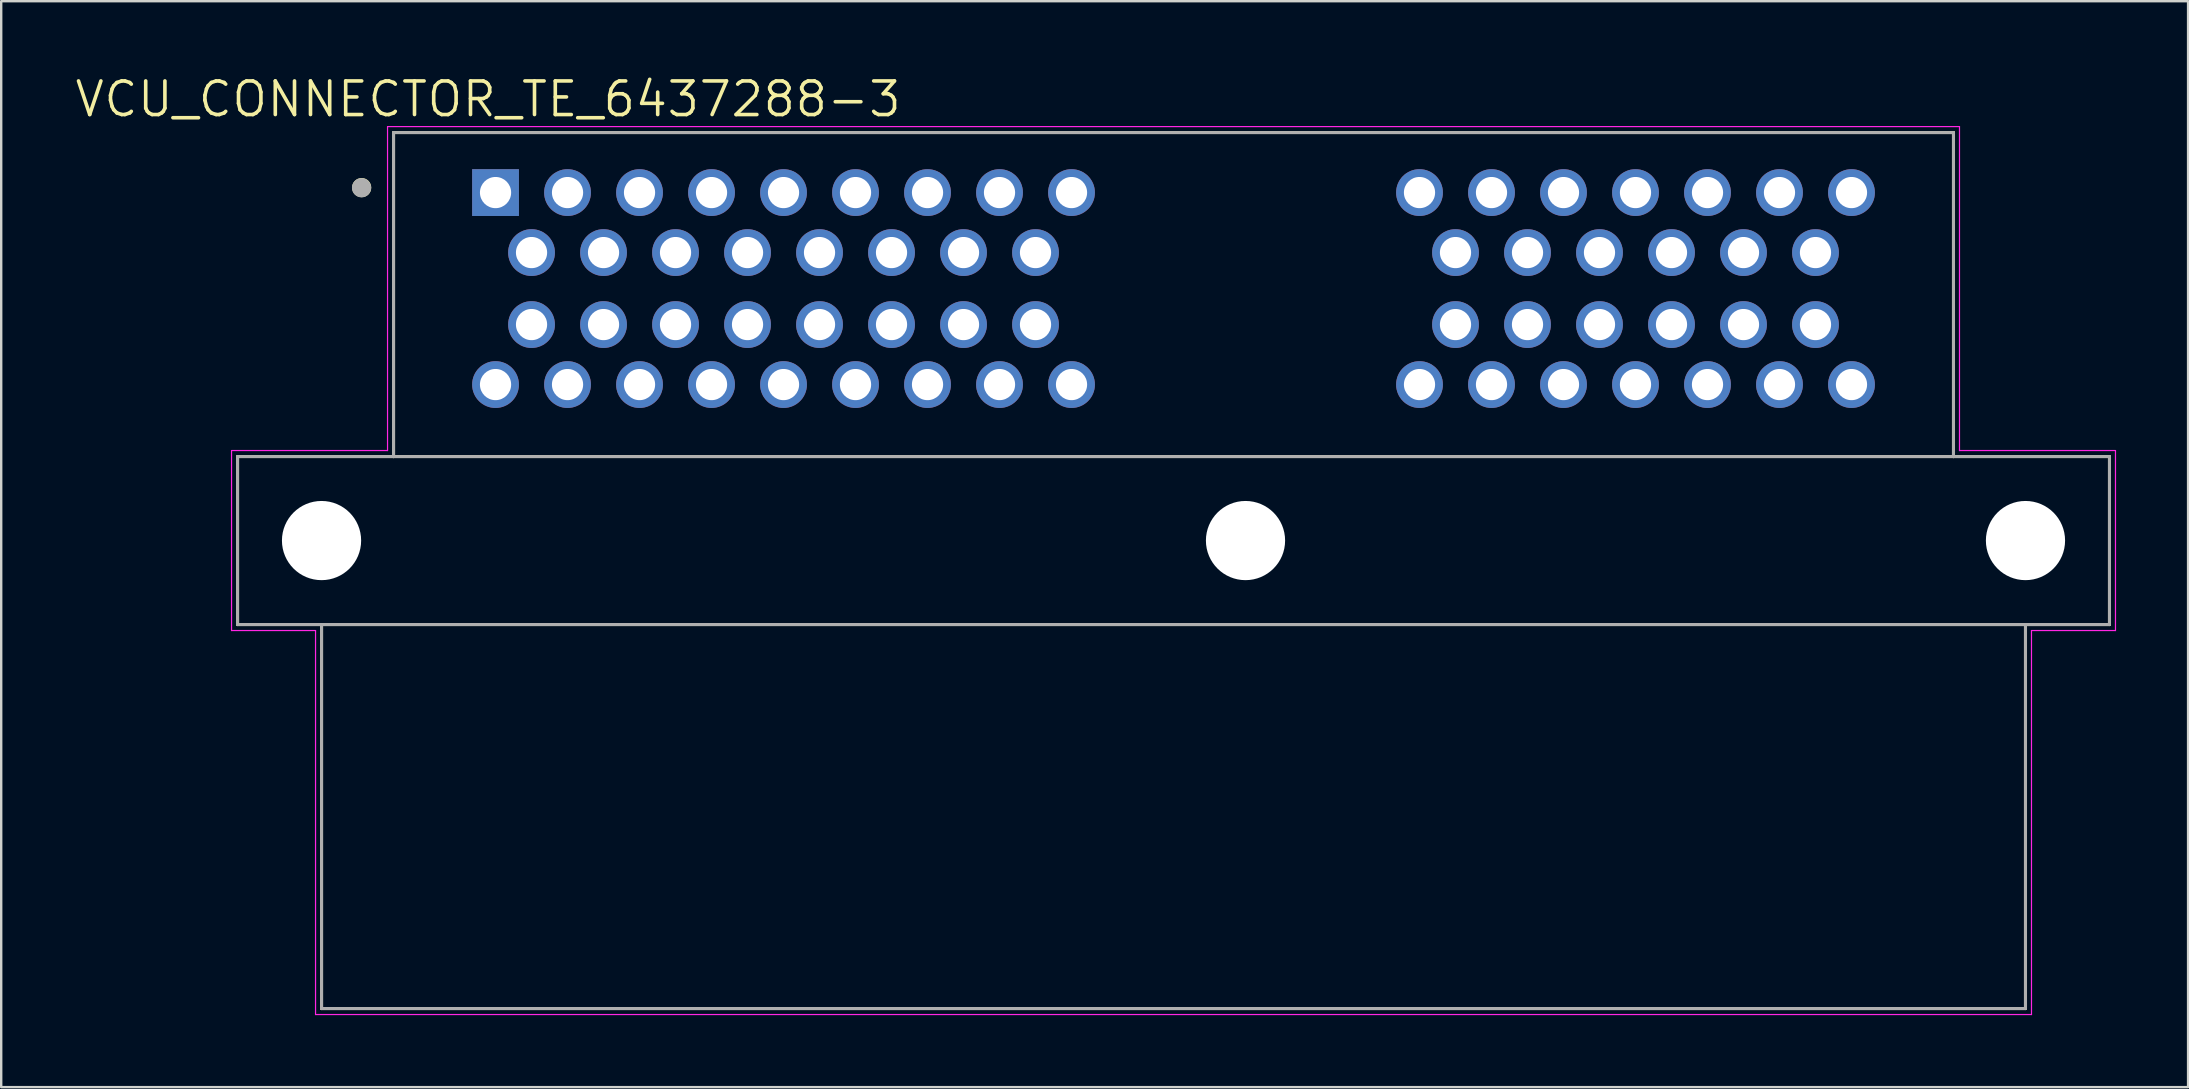
<source format=kicad_pcb>
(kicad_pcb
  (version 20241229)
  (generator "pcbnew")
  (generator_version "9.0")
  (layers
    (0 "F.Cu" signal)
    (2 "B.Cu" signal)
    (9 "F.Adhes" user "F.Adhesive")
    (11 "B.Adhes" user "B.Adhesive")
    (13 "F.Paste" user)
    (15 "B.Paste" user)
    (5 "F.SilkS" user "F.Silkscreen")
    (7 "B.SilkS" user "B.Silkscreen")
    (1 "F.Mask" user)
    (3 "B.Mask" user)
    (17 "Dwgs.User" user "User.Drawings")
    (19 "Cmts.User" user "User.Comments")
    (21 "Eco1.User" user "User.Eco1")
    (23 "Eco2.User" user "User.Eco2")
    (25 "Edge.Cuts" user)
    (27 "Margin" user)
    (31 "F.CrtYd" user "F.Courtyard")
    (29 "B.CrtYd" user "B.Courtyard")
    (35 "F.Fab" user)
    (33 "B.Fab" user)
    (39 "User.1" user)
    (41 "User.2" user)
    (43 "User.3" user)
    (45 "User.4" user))
  (footprint "VCU_CONNECTOR_TE_6437288-3"
    (layer "F.Cu")
    (at 48.848 19.474)
    (property "Reference" "VCU_CONNECTOR_TE_6437288-3" (at -31.56 -18.392 0) (layer "F.SilkS") (effects (font (size 1.4 1.4) (thickness 0.15))))
    (attr through_hole)
    (fp_line (start -42 -3.5) (end -35.5 -3.5) (stroke (width 0.127) (type solid)) (layer "F.SilkS"))
    (fp_line (start -42 3.5) (end -42 -3.5) (stroke (width 0.127) (type solid)) (layer "F.SilkS"))
    (fp_line (start -38.5 3.5) (end -42 3.5) (stroke (width 0.127) (type solid)) (layer "F.SilkS"))
    (fp_line (start -38.5 3.5) (end -38.5 19.5) (stroke (width 0.127) (type solid)) (layer "F.SilkS"))
    (fp_line (start -38.5 19.5) (end 32.5 19.5) (stroke (width 0.127) (type solid)) (layer "F.SilkS"))
    (fp_line (start -35.5 -17) (end -35.5 -3.5) (stroke (width 0.127) (type solid)) (layer "F.SilkS"))
    (fp_line (start -35.5 -3.5) (end 29.5 -3.5) (stroke (width 0.127) (type solid)) (layer "F.SilkS"))
    (fp_line (start 29.5 -17) (end -35.5 -17) (stroke (width 0.127) (type solid)) (layer "F.SilkS"))
    (fp_line (start 29.5 -3.5) (end 29.5 -17) (stroke (width 0.127) (type solid)) (layer "F.SilkS"))
    (fp_line (start 29.5 -3.5) (end 36 -3.5) (stroke (width 0.127) (type solid)) (layer "F.SilkS"))
    (fp_line (start 32.5 3.5) (end -38.5 3.5) (stroke (width 0.127) (type solid)) (layer "F.SilkS"))
    (fp_line (start 32.5 19.5) (end 32.5 3.5) (stroke (width 0.127) (type solid)) (layer "F.SilkS"))
    (fp_line (start 36 -3.5) (end 36 3.5) (stroke (width 0.127) (type solid)) (layer "F.SilkS"))
    (fp_line (start 36 3.5) (end 32.5 3.5) (stroke (width 0.127) (type solid)) (layer "F.SilkS"))
    (fp_circle (center -36.828 -14.707) (end -36.628 -14.707) (stroke (width 0.4) (type solid)) (fill no) (layer "F.SilkS"))
    (fp_line (start -42.25 -3.75) (end -42.25 3.75) (stroke (width 0.05) (type solid)) (layer "F.CrtYd"))
    (fp_line (start -42.25 3.75) (end -38.75 3.75) (stroke (width 0.05) (type solid)) (layer "F.CrtYd"))
    (fp_line (start -38.75 3.75) (end -38.75 19.75) (stroke (width 0.05) (type solid)) (layer "F.CrtYd"))
    (fp_line (start -38.75 19.75) (end 32.75 19.75) (stroke (width 0.05) (type solid)) (layer "F.CrtYd"))
    (fp_line (start -35.75 -17.25) (end -35.75 -3.75) (stroke (width 0.05) (type solid)) (layer "F.CrtYd"))
    (fp_line (start -35.75 -3.75) (end -42.25 -3.75) (stroke (width 0.05) (type solid)) (layer "F.CrtYd"))
    (fp_line (start 29.75 -17.25) (end -35.75 -17.25) (stroke (width 0.05) (type solid)) (layer "F.CrtYd"))
    (fp_line (start 29.75 -3.75) (end 29.75 -17.25) (stroke (width 0.05) (type solid)) (layer "F.CrtYd"))
    (fp_line (start 32.75 3.75) (end 36.25 3.75) (stroke (width 0.05) (type solid)) (layer "F.CrtYd"))
    (fp_line (start 32.75 19.75) (end 32.75 3.75) (stroke (width 0.05) (type solid)) (layer "F.CrtYd"))
    (fp_line (start 36.25 -3.75) (end 29.75 -3.75) (stroke (width 0.05) (type solid)) (layer "F.CrtYd"))
    (fp_line (start 36.25 3.75) (end 36.25 -3.75) (stroke (width 0.05) (type solid)) (layer "F.CrtYd"))
    (fp_line (start -42 -3.5) (end -35.5 -3.5) (stroke (width 0.127) (type solid)) (layer "F.Fab"))
    (fp_line (start -42 3.5) (end -42 -3.5) (stroke (width 0.127) (type solid)) (layer "F.Fab"))
    (fp_line (start -38.5 3.5) (end -42 3.5) (stroke (width 0.127) (type solid)) (layer "F.Fab"))
    (fp_line (start -38.5 3.5) (end -38.5 19.5) (stroke (width 0.127) (type solid)) (layer "F.Fab"))
    (fp_line (start -38.5 19.5) (end 32.5 19.5) (stroke (width 0.127) (type solid)) (layer "F.Fab"))
    (fp_line (start -35.5 -17) (end -35.5 -3.5) (stroke (width 0.127) (type solid)) (layer "F.Fab"))
    (fp_line (start -35.5 -3.5) (end 29.5 -3.5) (stroke (width 0.127) (type solid)) (layer "F.Fab"))
    (fp_line (start 29.5 -17) (end -35.5 -17) (stroke (width 0.127) (type solid)) (layer "F.Fab"))
    (fp_line (start 29.5 -3.5) (end 29.5 -17) (stroke (width 0.127) (type solid)) (layer "F.Fab"))
    (fp_line (start 29.5 -3.5) (end 36 -3.5) (stroke (width 0.127) (type solid)) (layer "F.Fab"))
    (fp_line (start 32.5 3.5) (end -38.5 3.5) (stroke (width 0.127) (type solid)) (layer "F.Fab"))
    (fp_line (start 32.5 19.5) (end 32.5 3.5) (stroke (width 0.127) (type solid)) (layer "F.Fab"))
    (fp_line (start 36 -3.5) (end 36 3.5) (stroke (width 0.127) (type solid)) (layer "F.Fab"))
    (fp_line (start 36 3.5) (end 32.5 3.5) (stroke (width 0.127) (type solid)) (layer "F.Fab"))
    (fp_circle (center -36.833 -14.7) (end -36.633 -14.7) (stroke (width 0.4) (type solid)) (fill no) (layer "F.Fab"))
    (pad "" np_thru_hole circle (at -38.5 0) (size 3.3 3.3) (drill 3.3) (layers "*.Cu" "*.Mask"))
    (pad "" np_thru_hole circle (at 0 0) (size 3.3 3.3) (drill 3.3) (layers "*.Cu" "*.Mask"))
    (pad "" np_thru_hole circle (at 32.5 0) (size 3.3 3.3) (drill 3.3) (layers "*.Cu" "*.Mask"))
    (pad "1" thru_hole rect (at -31.25 -14.5) (size 1.95 1.95) (drill 1.3) (layers "*.Cu" "*.Mask"))
    (pad "2" thru_hole circle (at -28.25 -14.5) (size 1.95 1.95) (drill 1.3) (layers "*.Cu" "*.Mask"))
    (pad "3" thru_hole circle (at -25.25 -14.5) (size 1.95 1.95) (drill 1.3) (layers "*.Cu" "*.Mask"))
    (pad "4" thru_hole circle (at -22.25 -14.5) (size 1.95 1.95) (drill 1.3) (layers "*.Cu" "*.Mask"))
    (pad "5" thru_hole circle (at -19.25 -14.5) (size 1.95 1.95) (drill 1.3) (layers "*.Cu" "*.Mask"))
    (pad "6" thru_hole circle (at -16.25 -14.5) (size 1.95 1.95) (drill 1.3) (layers "*.Cu" "*.Mask"))
    (pad "7" thru_hole circle (at -13.25 -14.5) (size 1.95 1.95) (drill 1.3) (layers "*.Cu" "*.Mask"))
    (pad "8" thru_hole circle (at -10.25 -14.5) (size 1.95 1.95) (drill 1.3) (layers "*.Cu" "*.Mask"))
    (pad "9" thru_hole circle (at -7.25 -14.5) (size 1.95 1.95) (drill 1.3) (layers "*.Cu" "*.Mask"))
    (pad "10" thru_hole circle (at -29.75 -12) (size 1.95 1.95) (drill 1.3) (layers "*.Cu" "*.Mask"))
    (pad "11" thru_hole circle (at -26.75 -12) (size 1.95 1.95) (drill 1.3) (layers "*.Cu" "*.Mask"))
    (pad "12" thru_hole circle (at -23.75 -12) (size 1.95 1.95) (drill 1.3) (layers "*.Cu" "*.Mask"))
    (pad "13" thru_hole circle (at -20.75 -12) (size 1.95 1.95) (drill 1.3) (layers "*.Cu" "*.Mask"))
    (pad "14" thru_hole circle (at -17.75 -12) (size 1.95 1.95) (drill 1.3) (layers "*.Cu" "*.Mask"))
    (pad "15" thru_hole circle (at -14.75 -12) (size 1.95 1.95) (drill 1.3) (layers "*.Cu" "*.Mask"))
    (pad "16" thru_hole circle (at -11.75 -12) (size 1.95 1.95) (drill 1.3) (layers "*.Cu" "*.Mask"))
    (pad "17" thru_hole circle (at -8.75 -12) (size 1.95 1.95) (drill 1.3) (layers "*.Cu" "*.Mask"))
    (pad "18" thru_hole circle (at -29.75 -9) (size 1.95 1.95) (drill 1.3) (layers "*.Cu" "*.Mask"))
    (pad "19" thru_hole circle (at -26.75 -9) (size 1.95 1.95) (drill 1.3) (layers "*.Cu" "*.Mask"))
    (pad "20" thru_hole circle (at -23.75 -9) (size 1.95 1.95) (drill 1.3) (layers "*.Cu" "*.Mask"))
    (pad "21" thru_hole circle (at -20.75 -9) (size 1.95 1.95) (drill 1.3) (layers "*.Cu" "*.Mask"))
    (pad "22" thru_hole circle (at -17.75 -9) (size 1.95 1.95) (drill 1.3) (layers "*.Cu" "*.Mask"))
    (pad "23" thru_hole circle (at -14.75 -9) (size 1.95 1.95) (drill 1.3) (layers "*.Cu" "*.Mask"))
    (pad "24" thru_hole circle (at -11.75 -9) (size 1.95 1.95) (drill 1.3) (layers "*.Cu" "*.Mask"))
    (pad "25" thru_hole circle (at -8.75 -9) (size 1.95 1.95) (drill 1.3) (layers "*.Cu" "*.Mask"))
    (pad "26" thru_hole circle (at -31.25 -6.5) (size 1.95 1.95) (drill 1.3) (layers "*.Cu" "*.Mask"))
    (pad "27" thru_hole circle (at -28.25 -6.5) (size 1.95 1.95) (drill 1.3) (layers "*.Cu" "*.Mask"))
    (pad "28" thru_hole circle (at -25.25 -6.5) (size 1.95 1.95) (drill 1.3) (layers "*.Cu" "*.Mask"))
    (pad "29" thru_hole circle (at -22.25 -6.5) (size 1.95 1.95) (drill 1.3) (layers "*.Cu" "*.Mask"))
    (pad "30" thru_hole circle (at -19.25 -6.5) (size 1.95 1.95) (drill 1.3) (layers "*.Cu" "*.Mask"))
    (pad "31" thru_hole circle (at -16.25 -6.5) (size 1.95 1.95) (drill 1.3) (layers "*.Cu" "*.Mask"))
    (pad "32" thru_hole circle (at -13.25 -6.5) (size 1.95 1.95) (drill 1.3) (layers "*.Cu" "*.Mask"))
    (pad "33" thru_hole circle (at -10.25 -6.5) (size 1.95 1.95) (drill 1.3) (layers "*.Cu" "*.Mask"))
    (pad "34" thru_hole circle (at -7.25 -6.5) (size 1.95 1.95) (drill 1.3) (layers "*.Cu" "*.Mask"))
    (pad "35" thru_hole circle (at 7.25 -14.5) (size 1.95 1.95) (drill 1.3) (layers "*.Cu" "*.Mask"))
    (pad "36" thru_hole circle (at 10.25 -14.5) (size 1.95 1.95) (drill 1.3) (layers "*.Cu" "*.Mask"))
    (pad "37" thru_hole circle (at 13.25 -14.5) (size 1.95 1.95) (drill 1.3) (layers "*.Cu" "*.Mask"))
    (pad "38" thru_hole circle (at 16.25 -14.5) (size 1.95 1.95) (drill 1.3) (layers "*.Cu" "*.Mask"))
    (pad "39" thru_hole circle (at 19.25 -14.5) (size 1.95 1.95) (drill 1.3) (layers "*.Cu" "*.Mask"))
    (pad "40" thru_hole circle (at 22.25 -14.5) (size 1.95 1.95) (drill 1.3) (layers "*.Cu" "*.Mask"))
    (pad "41" thru_hole circle (at 25.25 -14.5) (size 1.95 1.95) (drill 1.3) (layers "*.Cu" "*.Mask"))
    (pad "42" thru_hole circle (at 8.75 -12) (size 1.95 1.95) (drill 1.3) (layers "*.Cu" "*.Mask"))
    (pad "43" thru_hole circle (at 11.75 -12) (size 1.95 1.95) (drill 1.3) (layers "*.Cu" "*.Mask"))
    (pad "44" thru_hole circle (at 14.75 -12) (size 1.95 1.95) (drill 1.3) (layers "*.Cu" "*.Mask"))
    (pad "45" thru_hole circle (at 17.75 -12) (size 1.95 1.95) (drill 1.3) (layers "*.Cu" "*.Mask"))
    (pad "46" thru_hole circle (at 20.75 -12) (size 1.95 1.95) (drill 1.3) (layers "*.Cu" "*.Mask"))
    (pad "47" thru_hole circle (at 23.75 -12) (size 1.95 1.95) (drill 1.3) (layers "*.Cu" "*.Mask"))
    (pad "48" thru_hole circle (at 8.75 -9) (size 1.95 1.95) (drill 1.3) (layers "*.Cu" "*.Mask"))
    (pad "49" thru_hole circle (at 11.75 -9) (size 1.95 1.95) (drill 1.3) (layers "*.Cu" "*.Mask"))
    (pad "50" thru_hole circle (at 14.75 -9) (size 1.95 1.95) (drill 1.3) (layers "*.Cu" "*.Mask"))
    (pad "51" thru_hole circle (at 17.75 -9) (size 1.95 1.95) (drill 1.3) (layers "*.Cu" "*.Mask"))
    (pad "52" thru_hole circle (at 20.75 -9) (size 1.95 1.95) (drill 1.3) (layers "*.Cu" "*.Mask"))
    (pad "53" thru_hole circle (at 23.75 -9) (size 1.95 1.95) (drill 1.3) (layers "*.Cu" "*.Mask"))
    (pad "54" thru_hole circle (at 7.25 -6.5) (size 1.95 1.95) (drill 1.3) (layers "*.Cu" "*.Mask"))
    (pad "55" thru_hole circle (at 10.25 -6.5) (size 1.95 1.95) (drill 1.3) (layers "*.Cu" "*.Mask"))
    (pad "56" thru_hole circle (at 13.25 -6.5) (size 1.95 1.95) (drill 1.3) (layers "*.Cu" "*.Mask"))
    (pad "57" thru_hole circle (at 16.25 -6.5) (size 1.95 1.95) (drill 1.3) (layers "*.Cu" "*.Mask"))
    (pad "58" thru_hole circle (at 19.25 -6.5) (size 1.95 1.95) (drill 1.3) (layers "*.Cu" "*.Mask"))
    (pad "59" thru_hole circle (at 22.25 -6.5) (size 1.95 1.95) (drill 1.3) (layers "*.Cu" "*.Mask"))
    (pad "60" thru_hole circle (at 25.25 -6.5) (size 1.95 1.95) (drill 1.3) (layers "*.Cu" "*.Mask")))
  (gr_rect
    (start -3 -3)
    (end 88.123 42.249)
    (stroke (width 0.1) (type default))
    (fill no)
    (layer "Edge.Cuts")))
</source>
